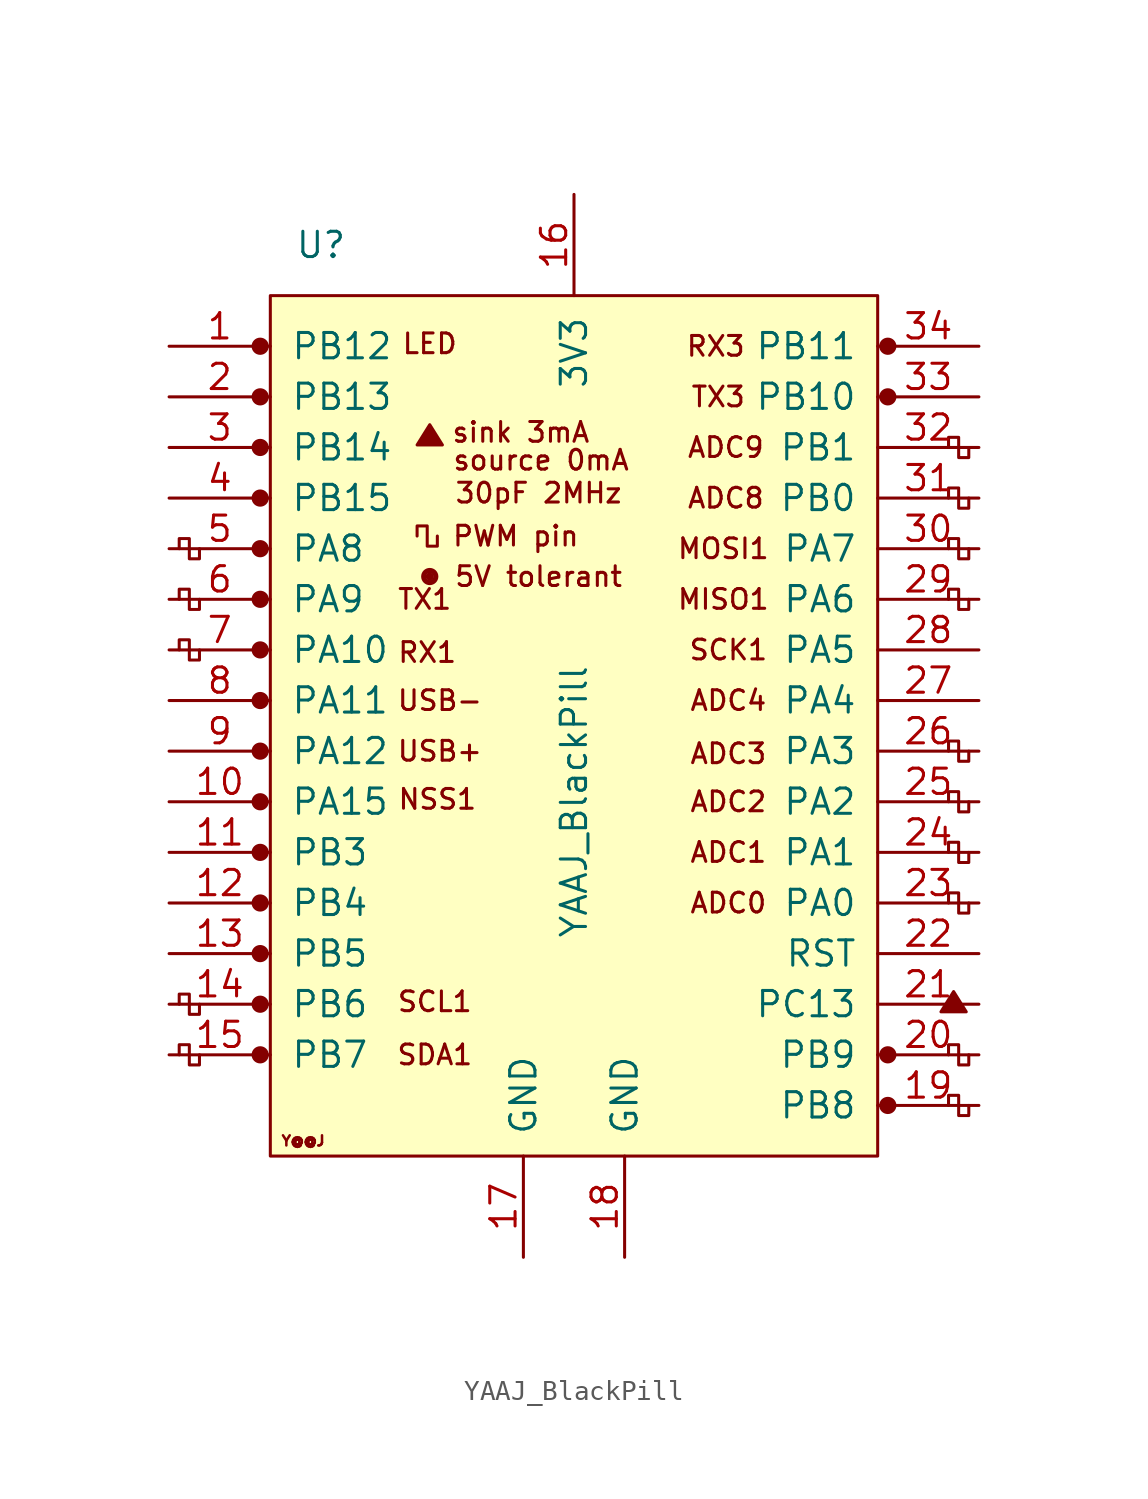
<source format=kicad_sym>
(kicad_symbol_lib
  (version 20231120)
  (generator "kicad_symbol_editor")
  (generator_version "8.0")
  (symbol "YAAJ_BlackPill"
    (pin_names
      (offset 1.016))
    (property "Reference" "U"
      (at -12.7 22.86 0)
      (effects (font (size 1.27 1.27))))
    (property "Value" "YAAJ_BlackPill"
      (at 0 -5.08 90)
      (effects (font (size 1.27 1.27))))
    (symbol "YAAJ_BlackPill_0_0"
      (circle (center -15.748 -17.78) (radius 0.356) (stroke (width 0) (type solid)) (fill (type outline)))
      (circle (center -15.748 -15.24) (radius 0.356) (stroke (width 0) (type solid)) (fill (type outline)))
      (circle (center -15.748 -12.7) (radius 0.356) (stroke (width 0) (type solid)) (fill (type outline)))
      (circle (center -15.748 -10.16) (radius 0.356) (stroke (width 0) (type solid)) (fill (type outline)))
      (circle (center -15.748 -7.62) (radius 0.356) (stroke (width 0) (type solid)) (fill (type outline)))
      (circle (center -15.748 -5.08) (radius 0.356) (stroke (width 0) (type solid)) (fill (type outline)))
      (circle (center -15.748 -2.54) (radius 0.356) (stroke (width 0) (type solid)) (fill (type outline)))
      (circle (center -15.748 0) (radius 0.356) (stroke (width 0) (type solid)) (fill (type outline)))
      (circle (center -15.748 2.54) (radius 0.356) (stroke (width 0) (type solid)) (fill (type outline)))
      (circle (center -15.748 5.08) (radius 0.356) (stroke (width 0) (type solid)) (fill (type outline)))
      (circle (center -15.748 7.62) (radius 0.356) (stroke (width 0) (type solid)) (fill (type outline)))
      (circle (center -15.748 10.16) (radius 0.356) (stroke (width 0) (type solid)) (fill (type outline)))
      (circle (center -15.748 12.7) (radius 0.356) (stroke (width 0) (type solid)) (fill (type outline)))
      (circle (center -15.748 17.78) (radius 0.356) (stroke (width 0) (type solid)) (fill (type outline)))
      (circle (center -7.239 6.223) (radius 0.127) (stroke (width 0) (type solid)) (fill (type outline)))
      (circle (center -7.239 6.223) (radius 0.254) (stroke (width 0) (type solid)) (fill (type none)))
      (circle (center -7.239 6.223) (radius 0.356) (stroke (width 0) (type solid)) (fill (type none)))
      (polyline (pts (xy -7.874 12.827) (xy -7.239 13.843) (xy -6.604 12.827) (xy -7.874 12.827) (xy -7.239 13.716) (xy -6.731 12.827) (xy -7.747 12.954) (xy -7.239 13.589) (xy -6.858 12.827) (xy -7.62 13.081) (xy -7.112 13.462) (xy -6.985 12.827) (xy -7.493 13.208) (xy -6.985 13.335) (xy -7.112 12.954) (xy -7.366 13.208) (xy -7.112 13.081) (xy -7.239 13.335)) (stroke (width 0) (type solid)) (fill (type none)))
      (polyline (pts (xy 18.415 -15.621) (xy 19.05 -14.605) (xy 19.685 -15.621) (xy 18.415 -15.621) (xy 19.05 -14.732) (xy 19.558 -15.621) (xy 18.542 -15.494) (xy 19.05 -14.859) (xy 19.431 -15.621) (xy 18.669 -15.367) (xy 19.177 -14.986) (xy 19.304 -15.621) (xy 18.796 -15.24) (xy 19.304 -15.113) (xy 19.177 -15.494) (xy 18.923 -15.24) (xy 19.177 -15.367) (xy 19.05 -15.113)) (stroke (width 0) (type solid)) (fill (type none)))
      (circle (center 15.748 -20.32) (radius 0.356) (stroke (width 0) (type solid)) (fill (type outline)))
      (circle (center 15.748 -17.78) (radius 0.356) (stroke (width 0) (type solid)) (fill (type outline)))
      (circle (center 15.748 15.24) (radius 0.254) (stroke (width 0) (type solid)) (fill (type outline)))
      (circle (center 15.748 15.24) (radius 0.356) (stroke (width 0) (type solid)) (fill (type none)))
      (circle (center 15.748 17.78) (radius 0.254) (stroke (width 0) (type solid)) (fill (type outline)))
      (circle (center 15.748 17.78) (radius 0.356) (stroke (width 0) (type solid)) (fill (type none)))
      (text "30pF 2MHz" (at -1.778 10.414 0) (effects (font (size 0.991 0.991))))
      (text "5V tolerant" (at -1.778 6.223 0) (effects (font (size 0.991 0.991))))
      (text "ADC0" (at 7.747 -10.16 0) (effects (font (size 0.991 0.991))))
      (text "ADC1" (at 7.747 -7.62 0) (effects (font (size 0.991 0.991))))
      (text "ADC2" (at 7.747 -5.08 0) (effects (font (size 0.991 0.991))))
      (text "ADC3" (at 7.747 -2.667 0) (effects (font (size 0.991 0.991))))
      (text "ADC4" (at 7.747 0 0) (effects (font (size 0.991 0.991))))
      (text "ADC8" (at 7.62 10.16 0) (effects (font (size 0.991 0.991))))
      (text "ADC9" (at 7.62 12.7 0) (effects (font (size 0.991 0.991))))
      (text "LED" (at -7.239 17.907 0) (effects (font (size 0.991 0.991))))
      (text "MISO1" (at 7.493 5.08 0) (effects (font (size 0.991 0.991))))
      (text "MOSI1" (at 7.493 7.62 0) (effects (font (size 0.991 0.991))))
      (text "NSS1" (at -6.858 -4.953 0) (effects (font (size 0.991 0.991))))
      (text "PWM pin" (at -2.921 8.255 0) (effects (font (size 0.991 0.991))))
      (text "RX1" (at -7.366 2.413 0) (effects (font (size 0.991 0.991))))
      (text "RX3" (at 7.112 17.78 0) (effects (font (size 0.991 0.991))))
      (text "SCK1" (at 7.747 2.54 0) (effects (font (size 0.991 0.991))))
      (text "SCL1" (at -6.985 -15.113 0) (effects (font (size 0.991 0.991))))
      (text "SDA1" (at -6.985 -17.78 0) (effects (font (size 0.991 0.991))))
      (text "sink 3mA" (at -2.667 13.462 0) (effects (font (size 0.991 0.991))))
      (text "source 0mA" (at -1.651 12.065 0) (effects (font (size 0.991 0.991))))
      (text "TX1" (at -7.493 5.08 0) (effects (font (size 0.991 0.991))))
      (text "TX3" (at 7.239 15.24 0) (effects (font (size 0.991 0.991))))
      (text "USB+" (at -6.731 -2.54 0) (effects (font (size 0.991 0.991))))
      (text "USB-" (at -6.731 0 0) (effects (font (size 0.991 0.991))))
      (text "Y@@J" (at -13.589 -22.098 0) (effects (font (size 0.508 0.508)))))
    (symbol "YAAJ_BlackPill_0_1"
      (rectangle (start -15.24 20.32) (end 15.24 -22.86) (stroke (width 0) (type solid)) (fill (type background)))
      (polyline (pts (xy -18.796 -17.78) (xy -18.796 -18.288) (xy -19.304 -18.288) (xy -19.304 -17.272) (xy -19.812 -17.272) (xy -19.812 -17.78)) (stroke (width 0) (type solid)) (fill (type none)))
      (polyline (pts (xy -18.796 -15.24) (xy -18.796 -15.748) (xy -19.304 -15.748) (xy -19.304 -14.732) (xy -19.812 -14.732) (xy -19.812 -15.24)) (stroke (width 0) (type solid)) (fill (type none)))
      (polyline (pts (xy -18.796 2.54) (xy -18.796 2.032) (xy -19.304 2.032) (xy -19.304 3.048) (xy -19.812 3.048) (xy -19.812 2.54)) (stroke (width 0) (type solid)) (fill (type none)))
      (polyline (pts (xy -18.796 5.08) (xy -18.796 4.572) (xy -19.304 4.572) (xy -19.304 5.588) (xy -19.812 5.588) (xy -19.812 5.08)) (stroke (width 0) (type solid)) (fill (type none)))
      (polyline (pts (xy -18.796 7.62) (xy -18.796 7.112) (xy -19.304 7.112) (xy -19.304 8.128) (xy -19.812 8.128) (xy -19.812 7.62)) (stroke (width 0) (type solid)) (fill (type none)))
      (polyline (pts (xy -6.858 8.255) (xy -6.858 7.747) (xy -7.366 7.747) (xy -7.366 8.763) (xy -7.874 8.763) (xy -7.874 8.255)) (stroke (width 0) (type solid)) (fill (type none)))
      (polyline (pts (xy 18.796 -20.32) (xy 18.796 -19.812) (xy 19.304 -19.812) (xy 19.304 -20.828) (xy 19.812 -20.828) (xy 19.812 -20.32)) (stroke (width 0) (type solid)) (fill (type none)))
      (polyline (pts (xy 18.796 -17.78) (xy 18.796 -17.272) (xy 19.304 -17.272) (xy 19.304 -18.288) (xy 19.812 -18.288) (xy 19.812 -17.78)) (stroke (width 0) (type solid)) (fill (type none)))
      (polyline (pts (xy 19.812 -10.16) (xy 19.812 -10.668) (xy 19.304 -10.668) (xy 19.304 -9.652) (xy 18.796 -9.652) (xy 18.796 -10.16)) (stroke (width 0) (type solid)) (fill (type none)))
      (polyline (pts (xy 19.812 -7.62) (xy 19.812 -8.128) (xy 19.304 -8.128) (xy 19.304 -7.112) (xy 18.796 -7.112) (xy 18.796 -7.62)) (stroke (width 0) (type solid)) (fill (type none)))
      (polyline (pts (xy 19.812 -5.08) (xy 19.812 -5.588) (xy 19.304 -5.588) (xy 19.304 -4.572) (xy 18.796 -4.572) (xy 18.796 -5.08)) (stroke (width 0) (type solid)) (fill (type none)))
      (polyline (pts (xy 19.812 -2.54) (xy 19.812 -3.048) (xy 19.304 -3.048) (xy 19.304 -2.032) (xy 18.796 -2.032) (xy 18.796 -2.54)) (stroke (width 0) (type solid)) (fill (type none)))
      (polyline (pts (xy 19.812 5.08) (xy 19.812 4.572) (xy 19.304 4.572) (xy 19.304 5.588) (xy 18.796 5.588) (xy 18.796 5.08)) (stroke (width 0) (type solid)) (fill (type none)))
      (polyline (pts (xy 19.812 7.62) (xy 19.812 7.112) (xy 19.304 7.112) (xy 19.304 8.128) (xy 18.796 8.128) (xy 18.796 7.62)) (stroke (width 0) (type solid)) (fill (type none)))
      (polyline (pts (xy 19.812 10.16) (xy 19.812 9.652) (xy 19.304 9.652) (xy 19.304 10.668) (xy 18.796 10.668) (xy 18.796 10.16)) (stroke (width 0) (type solid)) (fill (type none)))
      (polyline (pts (xy 19.812 12.7) (xy 19.812 12.192) (xy 19.304 12.192) (xy 19.304 13.208) (xy 18.796 13.208) (xy 18.796 12.7)) (stroke (width 0) (type solid)) (fill (type none))))
    (symbol "YAAJ_BlackPill_1_1"
      (circle (center -15.748 15.24) (radius 0.356) (stroke (width 0) (type solid)) (fill (type outline)))
      (pin bidirectional line (at -20.32 17.78 0) (length 5.08) (name "PB12" (effects (font (size 1.27 1.27)))) (number "1" (effects (font (size 1.27 1.27)))))
      (pin bidirectional line (at -20.32 -5.08 0) (length 5.08) (name "PA15" (effects (font (size 1.27 1.27)))) (number "10" (effects (font (size 1.27 1.27)))))
      (pin bidirectional line (at -20.32 -7.62 0) (length 5.08) (name "PB3" (effects (font (size 1.27 1.27)))) (number "11" (effects (font (size 1.27 1.27)))))
      (pin bidirectional line (at -20.32 -10.16 0) (length 5.08) (name "PB4" (effects (font (size 1.27 1.27)))) (number "12" (effects (font (size 1.27 1.27)))))
      (pin bidirectional line (at -20.32 -12.7 0) (length 5.08) (name "PB5" (effects (font (size 1.27 1.27)))) (number "13" (effects (font (size 1.27 1.27)))))
      (pin bidirectional line (at -20.32 -15.24 0) (length 5.08) (name "PB6" (effects (font (size 1.27 1.27)))) (number "14" (effects (font (size 1.27 1.27)))))
      (pin bidirectional line (at -20.32 -17.78 0) (length 5.08) (name "PB7" (effects (font (size 1.27 1.27)))) (number "15" (effects (font (size 1.27 1.27)))))
      (pin power_in line (at 0 25.4 270) (length 5.08) (name "3V3" (effects (font (size 1.27 1.27)))) (number "16" (effects (font (size 1.27 1.27)))))
      (pin power_in line (at -2.54 -27.94 90) (length 5.08) (name "GND" (effects (font (size 1.27 1.27)))) (number "17" (effects (font (size 1.27 1.27)))))
      (pin power_in line (at 2.54 -27.94 90) (length 5.08) (name "GND" (effects (font (size 1.27 1.27)))) (number "18" (effects (font (size 1.27 1.27)))))
      (pin bidirectional line (at 20.32 -20.32 180) (length 5.08) (name "PB8" (effects (font (size 1.27 1.27)))) (number "19" (effects (font (size 1.27 1.27)))))
      (pin bidirectional line (at -20.32 15.24 0) (length 5.08) (name "PB13" (effects (font (size 1.27 1.27)))) (number "2" (effects (font (size 1.27 1.27)))))
      (pin bidirectional line (at 20.32 -17.78 180) (length 5.08) (name "PB9" (effects (font (size 1.27 1.27)))) (number "20" (effects (font (size 1.27 1.27)))))
      (pin bidirectional line (at 20.32 -15.24 180) (length 5.08) (name "PC13" (effects (font (size 1.27 1.27)))) (number "21" (effects (font (size 1.27 1.27)))))
      (pin input line (at 20.32 -12.7 180) (length 5.08) (name "RST" (effects (font (size 1.27 1.27)))) (number "22" (effects (font (size 1.27 1.27)))))
      (pin bidirectional line (at 20.32 -10.16 180) (length 5.08) (name "PA0" (effects (font (size 1.27 1.27)))) (number "23" (effects (font (size 1.27 1.27)))))
      (pin bidirectional line (at 20.32 -7.62 180) (length 5.08) (name "PA1" (effects (font (size 1.27 1.27)))) (number "24" (effects (font (size 1.27 1.27)))))
      (pin bidirectional line (at 20.32 -5.08 180) (length 5.08) (name "PA2" (effects (font (size 1.27 1.27)))) (number "25" (effects (font (size 1.27 1.27)))))
      (pin bidirectional line (at 20.32 -2.54 180) (length 5.08) (name "PA3" (effects (font (size 1.27 1.27)))) (number "26" (effects (font (size 1.27 1.27)))))
      (pin bidirectional line (at 20.32 0 180) (length 5.08) (name "PA4" (effects (font (size 1.27 1.27)))) (number "27" (effects (font (size 1.27 1.27)))))
      (pin bidirectional line (at 20.32 2.54 180) (length 5.08) (name "PA5" (effects (font (size 1.27 1.27)))) (number "28" (effects (font (size 1.27 1.27)))))
      (pin bidirectional line (at 20.32 5.08 180) (length 5.08) (name "PA6" (effects (font (size 1.27 1.27)))) (number "29" (effects (font (size 1.27 1.27)))))
      (pin bidirectional line (at -20.32 12.7 0) (length 5.08) (name "PB14" (effects (font (size 1.27 1.27)))) (number "3" (effects (font (size 1.27 1.27)))))
      (pin bidirectional line (at 20.32 7.62 180) (length 5.08) (name "PA7" (effects (font (size 1.27 1.27)))) (number "30" (effects (font (size 1.27 1.27)))))
      (pin bidirectional line (at 20.32 10.16 180) (length 5.08) (name "PB0" (effects (font (size 1.27 1.27)))) (number "31" (effects (font (size 1.27 1.27)))))
      (pin bidirectional line (at 20.32 12.7 180) (length 5.08) (name "PB1" (effects (font (size 1.27 1.27)))) (number "32" (effects (font (size 1.27 1.27)))))
      (pin bidirectional line (at 20.32 15.24 180) (length 5.08) (name "PB10" (effects (font (size 1.27 1.27)))) (number "33" (effects (font (size 1.27 1.27)))))
      (pin bidirectional line (at 20.32 17.78 180) (length 5.08) (name "PB11" (effects (font (size 1.27 1.27)))) (number "34" (effects (font (size 1.27 1.27)))))
      (pin bidirectional line (at -20.32 10.16 0) (length 5.08) (name "PB15" (effects (font (size 1.27 1.27)))) (number "4" (effects (font (size 1.27 1.27)))))
      (pin bidirectional line (at -20.32 7.62 0) (length 5.08) (name "PA8" (effects (font (size 1.27 1.27)))) (number "5" (effects (font (size 1.27 1.27)))))
      (pin bidirectional line (at -20.32 5.08 0) (length 5.08) (name "PA9" (effects (font (size 1.27 1.27)))) (number "6" (effects (font (size 1.27 1.27)))))
      (pin bidirectional line (at -20.32 2.54 0) (length 5.08) (name "PA10" (effects (font (size 1.27 1.27)))) (number "7" (effects (font (size 1.27 1.27)))))
      (pin bidirectional line (at -20.32 0 0) (length 5.08) (name "PA11" (effects (font (size 1.27 1.27)))) (number "8" (effects (font (size 1.27 1.27)))))
      (pin bidirectional line (at -20.32 -2.54 0) (length 5.08) (name "PA12" (effects (font (size 1.27 1.27)))) (number "9" (effects (font (size 1.27 1.27))))))))
</source>
